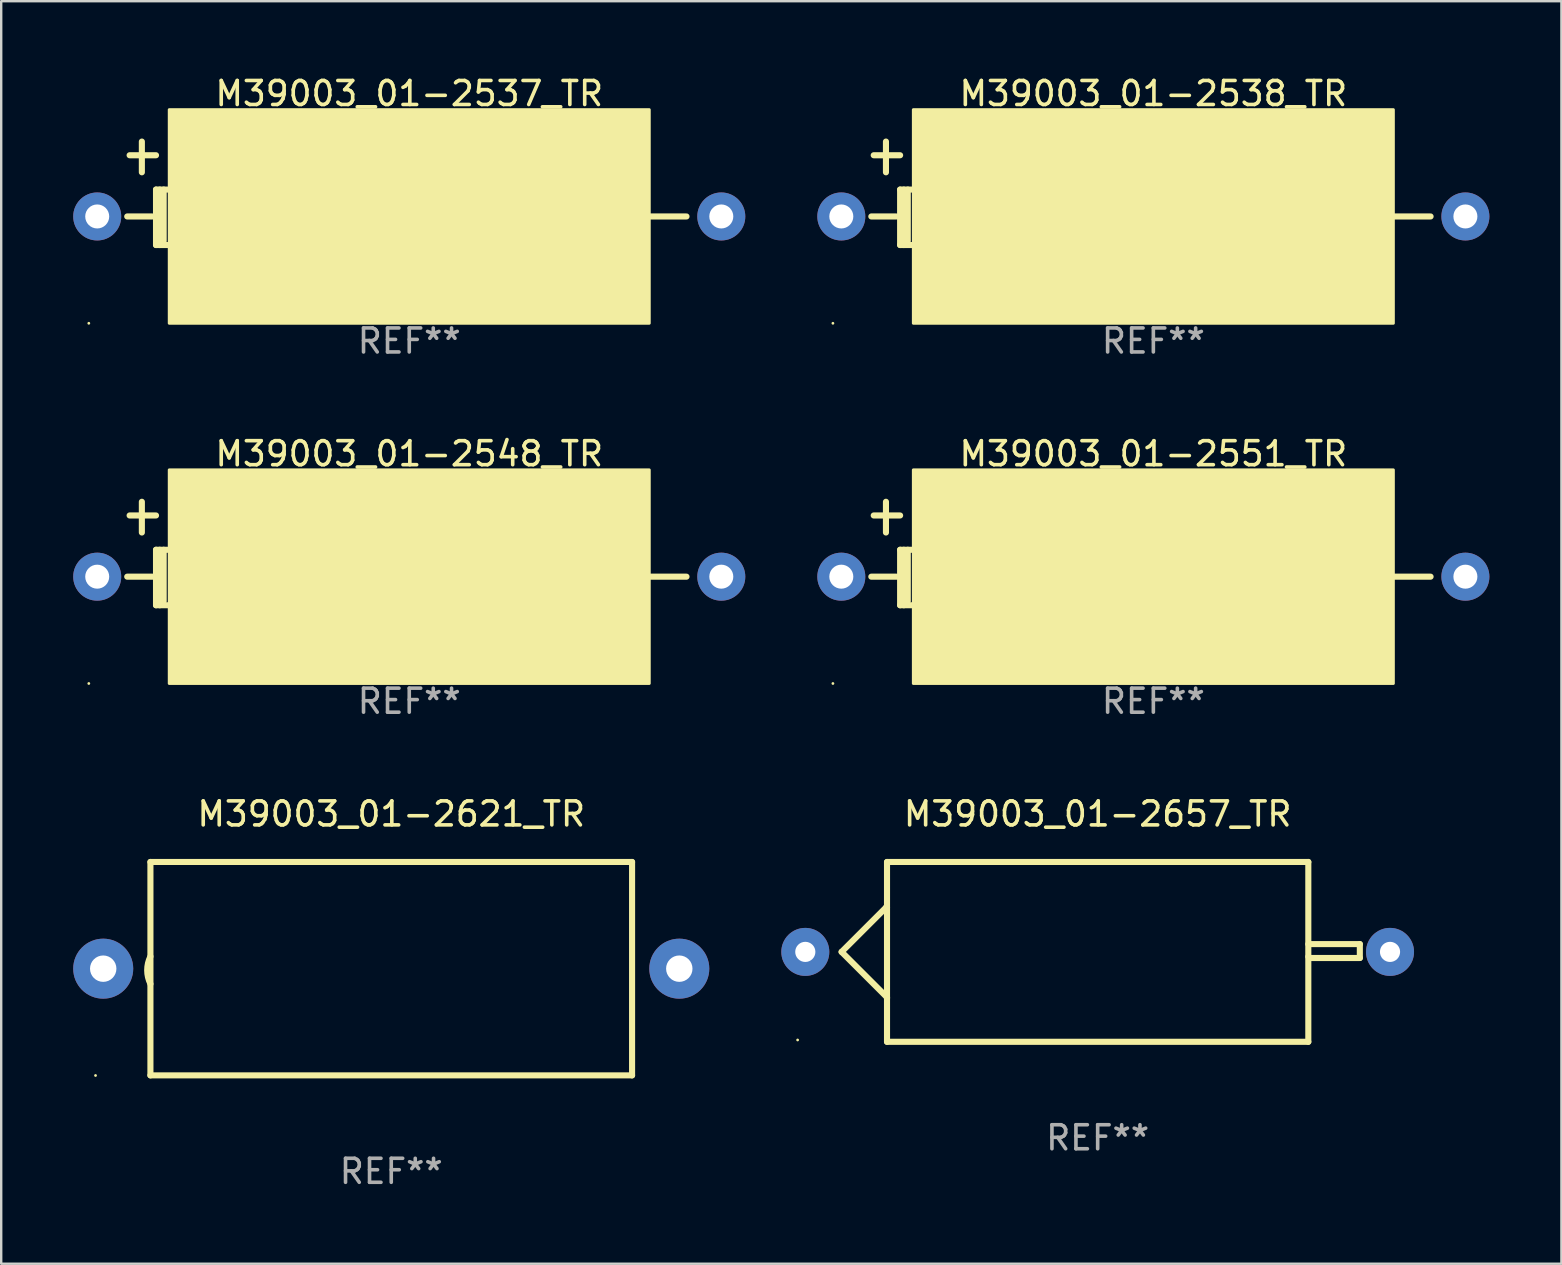
<source format=kicad_pcb>
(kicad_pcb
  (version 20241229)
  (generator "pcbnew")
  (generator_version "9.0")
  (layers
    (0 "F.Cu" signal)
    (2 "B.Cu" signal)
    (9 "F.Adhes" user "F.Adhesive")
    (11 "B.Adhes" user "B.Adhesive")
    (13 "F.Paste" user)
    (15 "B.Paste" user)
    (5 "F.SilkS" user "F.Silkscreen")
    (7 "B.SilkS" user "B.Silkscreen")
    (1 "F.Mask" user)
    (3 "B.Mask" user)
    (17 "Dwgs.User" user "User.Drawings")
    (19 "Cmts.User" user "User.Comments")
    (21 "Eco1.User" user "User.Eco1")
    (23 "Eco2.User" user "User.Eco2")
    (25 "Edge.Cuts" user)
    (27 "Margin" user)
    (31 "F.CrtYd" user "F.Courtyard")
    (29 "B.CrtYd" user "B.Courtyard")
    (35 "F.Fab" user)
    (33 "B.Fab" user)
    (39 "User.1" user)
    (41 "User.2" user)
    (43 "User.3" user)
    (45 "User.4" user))
  (footprint "M39003_01-2548_TR"
    (layer "F.Cu")
    (at 14 20.01)
    (property "Reference" "M39003_01-2548_TR" (at 0 -4.155 0) (layer "F.SilkS") (effects (font (size 1 1) (thickness 0.15))))
    (attr through_hole)
    (fp_line (start -11.65 -1.585) (end -10.55 -1.585) (stroke (width 0.254) (type solid)) (layer "F.SilkS"))
    (fp_line (start -11.14 -2.155) (end -11.14 -0.875) (stroke (width 0.254) (type solid)) (layer "F.SilkS"))
    (fp_line (start -10.7 0.965) (end -11.75 0.965) (stroke (width 0.254) (type solid)) (layer "F.SilkS"))
    (fp_line (start -10.55 -0.155) (end -10.55 2.155) (stroke (width 0.254) (type solid)) (layer "F.SilkS"))
    (fp_line (start -10.55 2.155) (end -10.08 2.155) (stroke (width 0.254) (type solid)) (layer "F.SilkS"))
    (fp_line (start -10.396 -0.155) (end -10.396 2.155) (stroke (width 0.254) (type solid)) (layer "F.SilkS"))
    (fp_line (start -10.231 -0.155) (end -10.231 1.985) (stroke (width 0.254) (type solid)) (layer "F.SilkS"))
    (fp_line (start -10.08 -0.155) (end -10.55 -0.155) (stroke (width 0.254) (type solid)) (layer "F.SilkS"))
    (fp_line (start 10 0.965) (end 11.55 0.965) (stroke (width 0.254) (type solid)) (layer "F.SilkS"))
    (fp_circle (center -13.35 5.415) (end -13.32 5.415) (stroke (width 0.06) (type solid)) (fill no) (layer "F.SilkS"))
    (fp_poly (pts (xy -10 -3.485) (xy 10 -3.485) (xy 10 5.415) (xy -10 5.415)) (stroke (width 0.12) (type solid)) (fill yes) (layer "F.SilkS"))
    (fp_text user "REF**" (at 0 6.155 0) (layer "F.Fab") (effects (font (size 1 1) (thickness 0.15))))
    (pad "1" thru_hole circle (at -13 0.965) (size 2 2) (drill 1) (layers "*.Cu" "*.Mask"))
    (pad "2" thru_hole circle (at 13 0.965) (size 2 2) (drill 1) (layers "*.Cu" "*.Mask")))
  (footprint "M39003_01-2621_TR"
    (layer "F.Cu")
    (at 13.25 37.306)
    (property "Reference" "M39003_01-2621_TR" (at 0 -6.445 0) (layer "F.SilkS") (effects (font (size 1 1) (thickness 0.15))))
    (attr through_hole)
    (fp_line (start -10.033 -4.445) (end -10.033 4.445) (stroke (width 0.254) (type solid)) (layer "F.SilkS"))
    (fp_line (start -10.033 4.445) (end 10.033 4.445) (stroke (width 0.254) (type solid)) (layer "F.SilkS"))
    (fp_line (start 10.033 -4.445) (end -10.033 -4.445) (stroke (width 0.254) (type solid)) (layer "F.SilkS"))
    (fp_line (start 10.033 4.445) (end 10.033 -4.445) (stroke (width 0.254) (type solid)) (layer "F.SilkS"))
    (fp_arc (start -10.03302 0.635001) (mid -10.167933 0.0635) (end -10.03302 -0.508001) (stroke (width 0.254001) (type solid)) (layer "F.SilkS"))
    (fp_circle (center -12.32 4.45) (end -12.29 4.45) (stroke (width 0.06) (type solid)) (fill no) (layer "F.SilkS"))
    (fp_text user "REF**" (at 0 8.445 0) (layer "F.Fab") (effects (font (size 1 1) (thickness 0.15))))
    (pad "1" thru_hole circle (at -12 0) (size 2.5 2.5) (drill 1.1) (layers "*.Cu" "*.Mask"))
    (pad "2" thru_hole circle (at 12 0) (size 2.5 2.5) (drill 1.1) (layers "*.Cu" "*.Mask")))
  (footprint "M39003_01-2537_TR"
    (layer "F.Cu")
    (at 14 5.003)
    (property "Reference" "M39003_01-2537_TR" (at 0 -4.155 0) (layer "F.SilkS") (effects (font (size 1 1) (thickness 0.15))))
    (attr through_hole)
    (fp_line (start -11.65 -1.585) (end -10.55 -1.585) (stroke (width 0.254) (type solid)) (layer "F.SilkS"))
    (fp_line (start -11.14 -2.155) (end -11.14 -0.875) (stroke (width 0.254) (type solid)) (layer "F.SilkS"))
    (fp_line (start -10.7 0.965) (end -11.75 0.965) (stroke (width 0.254) (type solid)) (layer "F.SilkS"))
    (fp_line (start -10.55 -0.155) (end -10.55 2.155) (stroke (width 0.254) (type solid)) (layer "F.SilkS"))
    (fp_line (start -10.55 2.155) (end -10.08 2.155) (stroke (width 0.254) (type solid)) (layer "F.SilkS"))
    (fp_line (start -10.396 -0.155) (end -10.396 2.155) (stroke (width 0.254) (type solid)) (layer "F.SilkS"))
    (fp_line (start -10.231 -0.155) (end -10.231 1.985) (stroke (width 0.254) (type solid)) (layer "F.SilkS"))
    (fp_line (start -10.08 -0.155) (end -10.55 -0.155) (stroke (width 0.254) (type solid)) (layer "F.SilkS"))
    (fp_line (start 10 0.965) (end 11.55 0.965) (stroke (width 0.254) (type solid)) (layer "F.SilkS"))
    (fp_circle (center -13.35 5.415) (end -13.32 5.415) (stroke (width 0.06) (type solid)) (fill no) (layer "F.SilkS"))
    (fp_poly (pts (xy -10 -3.485) (xy 10 -3.485) (xy 10 5.415) (xy -10 5.415)) (stroke (width 0.12) (type solid)) (fill yes) (layer "F.SilkS"))
    (fp_text user "REF**" (at 0 6.155 0) (layer "F.Fab") (effects (font (size 1 1) (thickness 0.15))))
    (pad "1" thru_hole circle (at -13 0.965) (size 2 2) (drill 1) (layers "*.Cu" "*.Mask"))
    (pad "2" thru_hole circle (at 13 0.965) (size 2 2) (drill 1) (layers "*.Cu" "*.Mask")))
  (footprint "M39003_01-2538_TR"
    (layer "F.Cu")
    (at 45 5.003)
    (property "Reference" "M39003_01-2538_TR" (at 0 -4.155 0) (layer "F.SilkS") (effects (font (size 1 1) (thickness 0.15))))
    (attr through_hole)
    (fp_line (start -11.65 -1.585) (end -10.55 -1.585) (stroke (width 0.254) (type solid)) (layer "F.SilkS"))
    (fp_line (start -11.14 -2.155) (end -11.14 -0.875) (stroke (width 0.254) (type solid)) (layer "F.SilkS"))
    (fp_line (start -10.7 0.965) (end -11.75 0.965) (stroke (width 0.254) (type solid)) (layer "F.SilkS"))
    (fp_line (start -10.55 -0.155) (end -10.55 2.155) (stroke (width 0.254) (type solid)) (layer "F.SilkS"))
    (fp_line (start -10.55 2.155) (end -10.08 2.155) (stroke (width 0.254) (type solid)) (layer "F.SilkS"))
    (fp_line (start -10.396 -0.155) (end -10.396 2.155) (stroke (width 0.254) (type solid)) (layer "F.SilkS"))
    (fp_line (start -10.231 -0.155) (end -10.231 1.985) (stroke (width 0.254) (type solid)) (layer "F.SilkS"))
    (fp_line (start -10.08 -0.155) (end -10.55 -0.155) (stroke (width 0.254) (type solid)) (layer "F.SilkS"))
    (fp_line (start 10 0.965) (end 11.55 0.965) (stroke (width 0.254) (type solid)) (layer "F.SilkS"))
    (fp_circle (center -13.35 5.415) (end -13.32 5.415) (stroke (width 0.06) (type solid)) (fill no) (layer "F.SilkS"))
    (fp_poly (pts (xy -10 -3.485) (xy 10 -3.485) (xy 10 5.415) (xy -10 5.415)) (stroke (width 0.12) (type solid)) (fill yes) (layer "F.SilkS"))
    (fp_text user "REF**" (at 0 6.155 0) (layer "F.Fab") (effects (font (size 1 1) (thickness 0.15))))
    (pad "1" thru_hole circle (at -13 0.965) (size 2 2) (drill 1) (layers "*.Cu" "*.Mask"))
    (pad "2" thru_hole circle (at 13 0.965) (size 2 2) (drill 1) (layers "*.Cu" "*.Mask")))
  (footprint "M39003_01-2657_TR"
    (layer "F.Cu")
    (at 42.68 36.607)
    (property "Reference" "M39003_01-2657_TR" (at 0 -5.746 0) (layer "F.SilkS") (effects (font (size 1 1) (thickness 0.15))))
    (attr through_hole)
    (fp_line (start -10.668 0) (end -8.776 1.892) (stroke (width 0.254) (type solid)) (layer "F.SilkS"))
    (fp_line (start -8.821 -1.847) (end -10.668 0) (stroke (width 0.254) (type solid)) (layer "F.SilkS"))
    (fp_line (start -8.776 -1.847) (end -8.821 -1.847) (stroke (width 0.254) (type solid)) (layer "F.SilkS"))
    (fp_line (start -8.776 1.892) (end -8.776 1.943) (stroke (width 0.254) (type solid)) (layer "F.SilkS"))
    (fp_line (start -8.776 -3.746) (end 8.776 -3.746) (stroke (width 0.254) (type solid)) (layer "F.SilkS"))
    (fp_line (start -8.776 3.746) (end -8.776 -3.746) (stroke (width 0.254) (type solid)) (layer "F.SilkS"))
    (fp_line (start 8.776 -3.746) (end 8.776 3.746) (stroke (width 0.254) (type solid)) (layer "F.SilkS"))
    (fp_line (start 8.776 -0.325) (end 10.922 -0.325) (stroke (width 0.254) (type solid)) (layer "F.SilkS"))
    (fp_line (start 8.776 3.746) (end -8.776 3.746) (stroke (width 0.254) (type solid)) (layer "F.SilkS"))
    (fp_line (start 8.831 0.254) (end 8.776 0.199) (stroke (width 0.254) (type solid)) (layer "F.SilkS"))
    (fp_line (start 10.922 -0.325) (end 10.922 0.254) (stroke (width 0.254) (type solid)) (layer "F.SilkS"))
    (fp_line (start 10.922 0.254) (end 8.831 0.254) (stroke (width 0.254) (type solid)) (layer "F.SilkS"))
    (fp_circle (center -12.5 3.67) (end -12.47 3.67) (stroke (width 0.06) (type solid)) (fill no) (layer "F.SilkS"))
    (fp_text user "+" (at -8.323 0.924 0) (layer "B.Mask") (effects (font (size 1 1) (thickness 0.15))))
    (fp_text user "REF**" (at 0 7.746 0) (layer "F.Fab") (effects (font (size 1 1) (thickness 0.15))))
    (pad "1" thru_hole circle (at -12.18 0) (size 2 2) (drill 0.84) (layers "*.Cu" "*.Mask"))
    (pad "2" thru_hole circle (at 12.18 0) (size 2 2) (drill 0.84) (layers "*.Cu" "*.Mask")))
  (footprint "M39003_01-2551_TR"
    (layer "F.Cu")
    (at 45 20.01)
    (property "Reference" "M39003_01-2551_TR" (at 0 -4.155 0) (layer "F.SilkS") (effects (font (size 1 1) (thickness 0.15))))
    (attr through_hole)
    (fp_line (start -11.65 -1.585) (end -10.55 -1.585) (stroke (width 0.254) (type solid)) (layer "F.SilkS"))
    (fp_line (start -11.14 -2.155) (end -11.14 -0.875) (stroke (width 0.254) (type solid)) (layer "F.SilkS"))
    (fp_line (start -10.7 0.965) (end -11.75 0.965) (stroke (width 0.254) (type solid)) (layer "F.SilkS"))
    (fp_line (start -10.55 -0.155) (end -10.55 2.155) (stroke (width 0.254) (type solid)) (layer "F.SilkS"))
    (fp_line (start -10.55 2.155) (end -10.08 2.155) (stroke (width 0.254) (type solid)) (layer "F.SilkS"))
    (fp_line (start -10.396 -0.155) (end -10.396 2.155) (stroke (width 0.254) (type solid)) (layer "F.SilkS"))
    (fp_line (start -10.231 -0.155) (end -10.231 1.985) (stroke (width 0.254) (type solid)) (layer "F.SilkS"))
    (fp_line (start -10.08 -0.155) (end -10.55 -0.155) (stroke (width 0.254) (type solid)) (layer "F.SilkS"))
    (fp_line (start 10 0.965) (end 11.55 0.965) (stroke (width 0.254) (type solid)) (layer "F.SilkS"))
    (fp_circle (center -13.35 5.415) (end -13.32 5.415) (stroke (width 0.06) (type solid)) (fill no) (layer "F.SilkS"))
    (fp_poly (pts (xy -10 -3.485) (xy 10 -3.485) (xy 10 5.415) (xy -10 5.415)) (stroke (width 0.12) (type solid)) (fill yes) (layer "F.SilkS"))
    (fp_text user "REF**" (at 0 6.155 0) (layer "F.Fab") (effects (font (size 1 1) (thickness 0.15))))
    (pad "1" thru_hole circle (at -13 0.965) (size 2 2) (drill 1) (layers "*.Cu" "*.Mask"))
    (pad "2" thru_hole circle (at 13 0.965) (size 2 2) (drill 1) (layers "*.Cu" "*.Mask")))
  (gr_rect
    (start -3 -3)
    (end 62 49.599)
    (stroke (width 0.1) (type default))
    (fill no)
    (layer "Edge.Cuts")))
</source>
